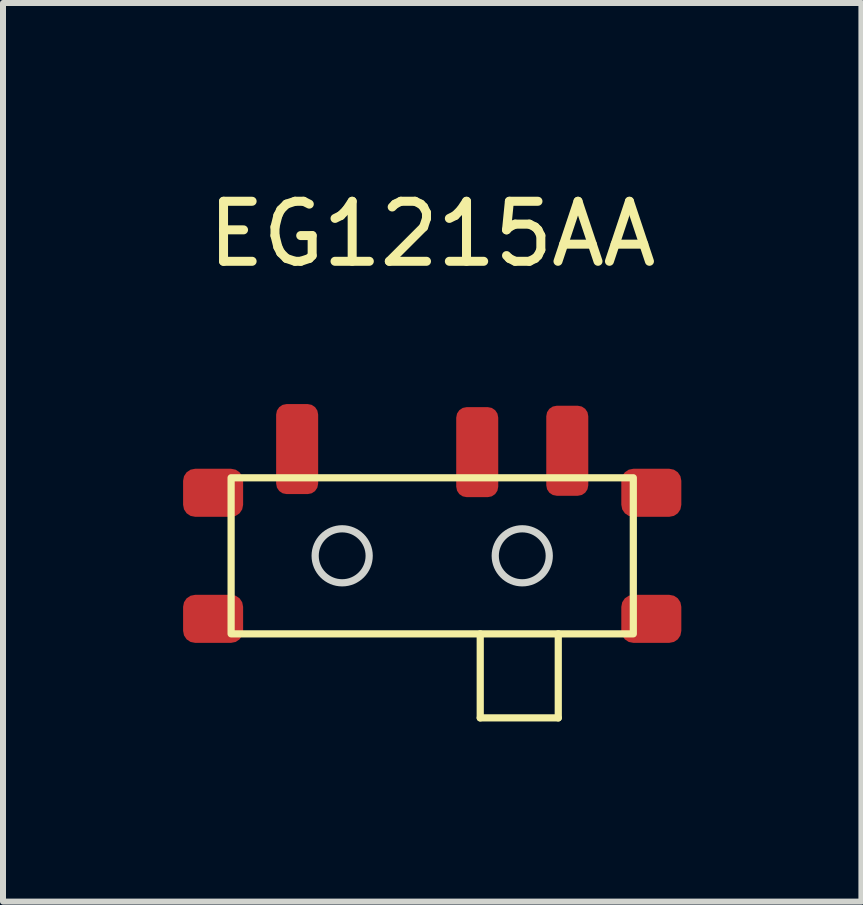
<source format=kicad_pcb>
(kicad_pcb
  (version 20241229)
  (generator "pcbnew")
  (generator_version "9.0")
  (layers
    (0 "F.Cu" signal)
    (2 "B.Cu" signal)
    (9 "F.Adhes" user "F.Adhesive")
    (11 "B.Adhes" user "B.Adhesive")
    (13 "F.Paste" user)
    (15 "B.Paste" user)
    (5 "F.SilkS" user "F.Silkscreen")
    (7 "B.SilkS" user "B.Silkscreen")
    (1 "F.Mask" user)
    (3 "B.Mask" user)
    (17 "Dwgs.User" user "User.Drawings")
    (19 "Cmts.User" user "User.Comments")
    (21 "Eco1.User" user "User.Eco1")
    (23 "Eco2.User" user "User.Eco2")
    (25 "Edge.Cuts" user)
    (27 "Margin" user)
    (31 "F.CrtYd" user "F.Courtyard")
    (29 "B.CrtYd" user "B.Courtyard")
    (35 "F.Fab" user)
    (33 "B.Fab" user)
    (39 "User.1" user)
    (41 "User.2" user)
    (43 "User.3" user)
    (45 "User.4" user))
  (footprint "EG1215AA"
    (layer "F.Cu")
    (at 4.15 6.209)
    (property "Reference" "EG1215AA" (at 0 -5.361 0) (unlocked yes) (layer "F.SilkS") (effects (font (size 1 1) (thickness 0.15))))
    (attr smd)
    (fp_line (start 0.8 1.3) (end 0.8 2.7) (stroke (width 0.12) (type solid)) (layer "F.SilkS"))
    (fp_line (start 0.8 2.7) (end 2.1 2.7) (stroke (width 0.12) (type solid)) (layer "F.SilkS"))
    (fp_line (start 2.1 1.3) (end 2.1 2.7) (stroke (width 0.12) (type solid)) (layer "F.SilkS"))
    (fp_rect (start -3.35 -1.3) (end 3.35 1.3) (stroke (width 0.12) (type solid)) (fill no) (layer "F.SilkS"))
    (fp_circle (center -1.5 0) (end -1.05 0) (stroke (width 0.12) (type solid)) (fill no) (layer "Edge.Cuts"))
    (fp_circle (center 1.5 0) (end 1.95 0) (stroke (width 0.12) (type solid)) (fill no) (layer "Edge.Cuts"))
    (pad "" smd roundrect (at -3.65 -1.05) (size 1 0.8) (layers "F.Cu" "F.Mask" "F.Paste") (roundrect_rratio 0.25))
    (pad "" smd roundrect (at -3.65 1.05) (size 1 0.8) (layers "F.Cu" "F.Mask" "F.Paste") (roundrect_rratio 0.25))
    (pad "" smd roundrect (at 3.65 -1.05) (size 1 0.8) (layers "F.Cu" "F.Mask" "F.Paste") (roundrect_rratio 0.25))
    (pad "" smd roundrect (at 3.65 1.05) (size 1 0.8) (layers "F.Cu" "F.Mask" "F.Paste") (roundrect_rratio 0.25))
    (pad "1" smd roundrect (at -2.25 -1.778) (size 0.7 1.5) (layers "F.Cu" "F.Mask" "F.Paste") (roundrect_rratio 0.25))
    (pad "2" smd roundrect (at 0.75 -1.727) (size 0.7 1.5) (layers "F.Cu" "F.Mask" "F.Paste") (roundrect_rratio 0.25))
    (pad "3" smd roundrect (at 2.25 -1.75) (size 0.7 1.5) (layers "F.Cu" "F.Mask" "F.Paste") (roundrect_rratio 0.25)))
  (gr_rect
    (start -3 -3)
    (end 11.3 11.969)
    (stroke (width 0.1) (type default))
    (fill no)
    (layer "Edge.Cuts")))
</source>
